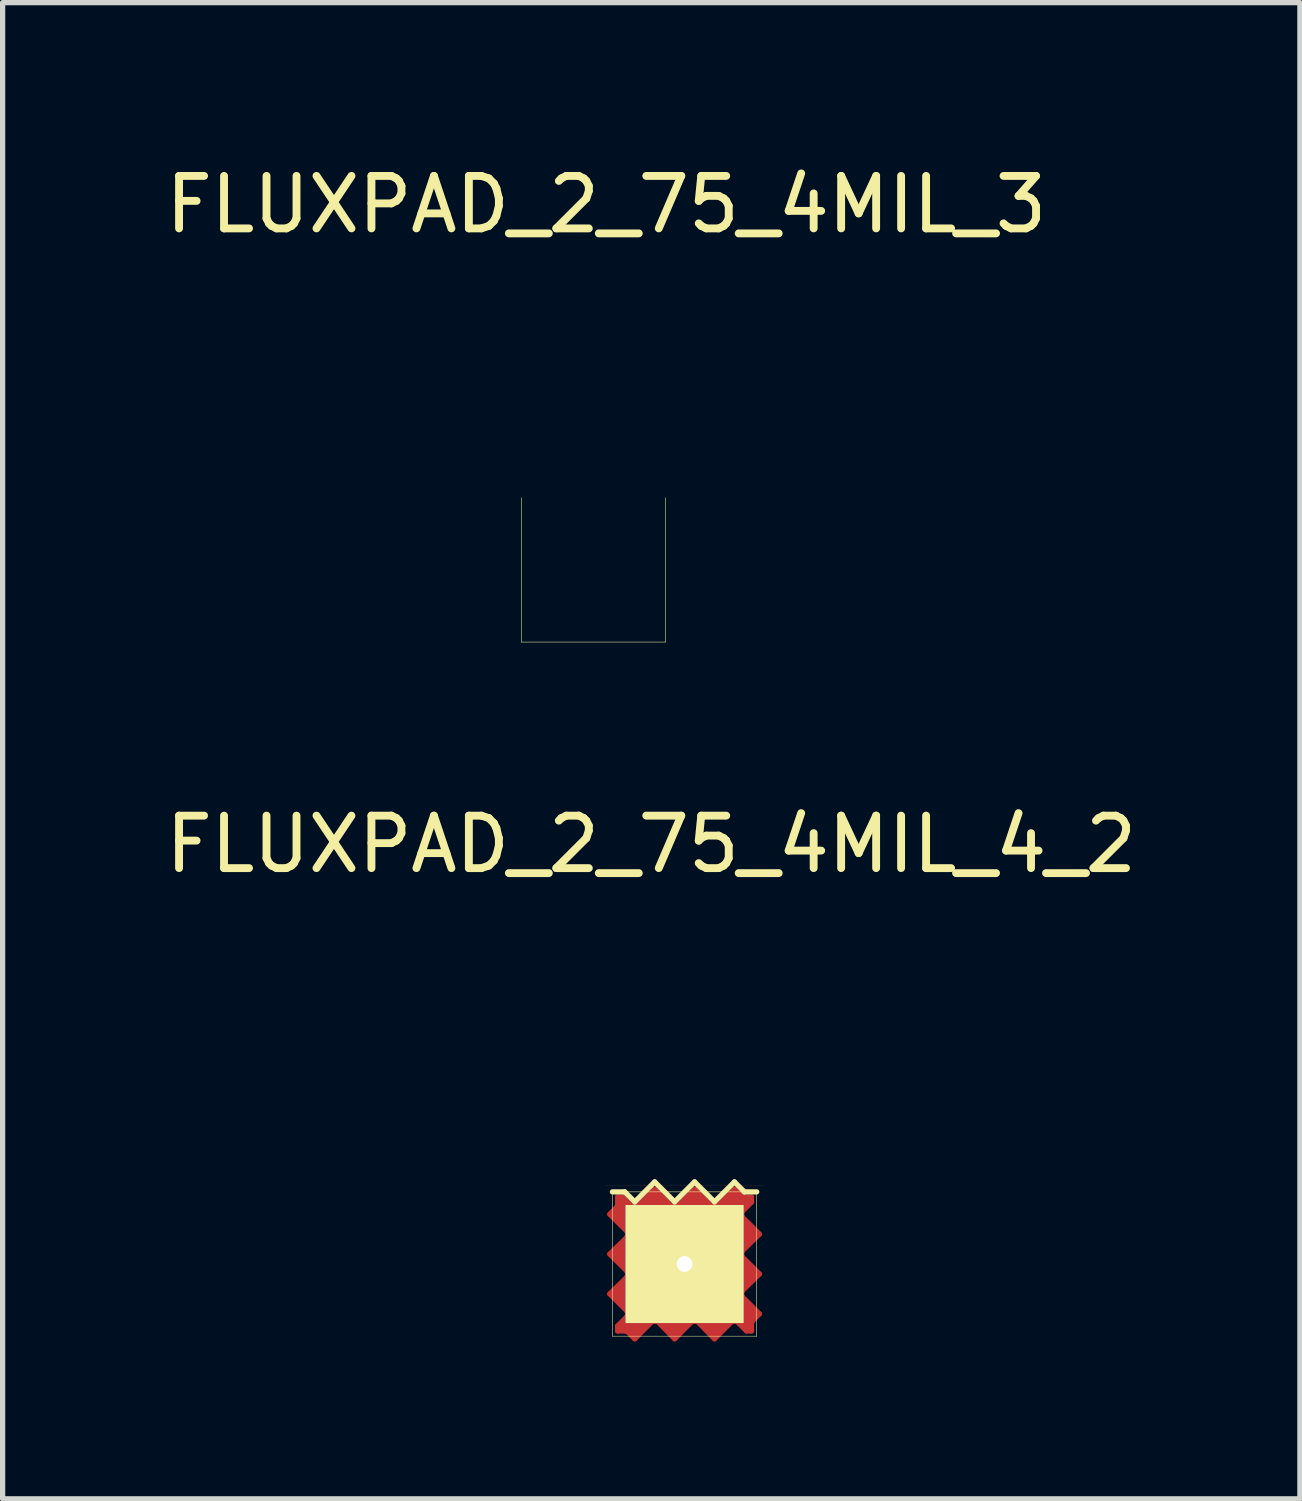
<source format=kicad_pcb>
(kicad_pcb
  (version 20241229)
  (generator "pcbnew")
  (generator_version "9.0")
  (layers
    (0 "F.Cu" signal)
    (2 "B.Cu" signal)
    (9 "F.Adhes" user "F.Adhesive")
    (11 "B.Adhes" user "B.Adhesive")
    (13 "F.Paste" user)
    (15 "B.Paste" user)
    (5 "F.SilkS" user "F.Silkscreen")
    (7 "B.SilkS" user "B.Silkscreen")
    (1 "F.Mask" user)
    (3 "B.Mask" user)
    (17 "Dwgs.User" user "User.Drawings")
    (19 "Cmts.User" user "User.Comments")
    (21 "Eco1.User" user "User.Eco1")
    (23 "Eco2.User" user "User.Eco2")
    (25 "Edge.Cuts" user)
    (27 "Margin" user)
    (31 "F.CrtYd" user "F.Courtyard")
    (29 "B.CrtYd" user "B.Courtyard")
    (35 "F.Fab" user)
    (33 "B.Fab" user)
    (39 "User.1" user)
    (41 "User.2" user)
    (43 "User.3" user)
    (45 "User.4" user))
  (footprint "FLUXPAD_2_75_4MIL_3"
    (layer "F.Cu")
    (at 8.262 7.813)
    (property "Reference" "FLUXPAD_2_75_4MIL_3" (at 0.244 -6.965 0) (layer "F.SilkS") (effects (font (size 1 1) (thickness 0.15))))
    (attr through_hole)
    (fp_line (start -1.375 -1.375) (end -1.375 1.375) (stroke (width 0.01) (type solid)) (layer "F.SilkS"))
    (fp_line (start 1.375 1.375) (end -1.375 1.375) (stroke (width 0.01) (type solid)) (layer "F.SilkS"))
    (fp_line (start 1.375 1.375) (end 1.375 -1.375) (stroke (width 0.01) (type solid)) (layer "F.SilkS"))
    (fp_line (start -1.5 -1.375) (end -1.5 -1.325) (stroke (width 0.013) (type solid)) (layer "F.Paste"))
    (fp_line (start -1.273 -1.273) (end -0.986 -1.273) (stroke (width 0.102) (type solid)) (layer "F.Paste"))
    (fp_line (start -1.273 -0.239) (end -1.273 -1.273) (stroke (width 0.102) (type solid)) (layer "F.Paste"))
    (fp_line (start -1.265 -0.229) (end -1.273 -0.239) (stroke (width 0.102) (type solid)) (layer "F.Paste"))
    (fp_line (start -1.25 -1.175) (end -1.5 -1.375) (stroke (width 0.013) (type solid)) (layer "F.Paste"))
    (fp_line (start -1 -1.375) (end -1.25 -1.175) (stroke (width 0.013) (type solid)) (layer "F.Paste"))
    (fp_line (start -0.986 -1.273) (end -0.95 -1.283) (stroke (width 0.102) (type solid)) (layer "F.Paste"))
    (fp_line (start -0.95 -1.283) (end -0.94 -1.293) (stroke (width 0.102) (type solid)) (layer "F.Paste"))
    (fp_line (start -0.94 -1.293) (end -0.749 -1.445) (stroke (width 0.102) (type solid)) (layer "F.Paste"))
    (fp_line (start -0.75 -1.575) (end -1 -1.375) (stroke (width 0.013) (type solid)) (layer "F.Paste"))
    (fp_line (start -0.749 -1.445) (end -0.29 -1.077) (stroke (width 0.102) (type solid)) (layer "F.Paste"))
    (fp_line (start -0.5 -1.375) (end -0.75 -1.575) (stroke (width 0.013) (type solid)) (layer "F.Paste"))
    (fp_line (start -0.29 -1.077) (end -0.257 -1.072) (stroke (width 0.102) (type solid)) (layer "F.Paste"))
    (fp_line (start -0.257 -1.072) (end -0.241 -1.072) (stroke (width 0.102) (type solid)) (layer "F.Paste"))
    (fp_line (start -0.25 -1.175) (end -0.5 -1.375) (stroke (width 0.013) (type solid)) (layer "F.Paste"))
    (fp_line (start -0.241 -1.072) (end -0.216 -1.079) (stroke (width 0.102) (type solid)) (layer "F.Paste"))
    (fp_line (start -0.216 -1.079) (end -0.191 -1.095) (stroke (width 0.102) (type solid)) (layer "F.Paste"))
    (fp_line (start -0.191 -1.095) (end 0.249 -1.445) (stroke (width 0.102) (type solid)) (layer "F.Paste"))
    (fp_line (start 0 -1.375) (end -0.25 -1.175) (stroke (width 0.013) (type solid)) (layer "F.Paste"))
    (fp_line (start 0 -1.375) (end 0.25 -1.575) (stroke (width 0.013) (type solid)) (layer "F.Paste"))
    (fp_line (start 0.249 -1.445) (end 0.724 -1.067) (stroke (width 0.102) (type solid)) (layer "F.Paste"))
    (fp_line (start 0.25 -1.575) (end 0.5 -1.375) (stroke (width 0.013) (type solid)) (layer "F.Paste"))
    (fp_line (start 0.5 -1.375) (end 0.75 -1.175) (stroke (width 0.013) (type solid)) (layer "F.Paste"))
    (fp_line (start 0.724 -1.067) (end 0.742 -1.072) (stroke (width 0.102) (type solid)) (layer "F.Paste"))
    (fp_line (start 0.742 -1.072) (end 0.772 -1.072) (stroke (width 0.102) (type solid)) (layer "F.Paste"))
    (fp_line (start 0.75 -1.175) (end 1 -1.375) (stroke (width 0.013) (type solid)) (layer "F.Paste"))
    (fp_line (start 0.772 -1.072) (end 0.785 -1.079) (stroke (width 0.102) (type solid)) (layer "F.Paste"))
    (fp_line (start 0.785 -1.079) (end 0.818 -1.097) (stroke (width 0.102) (type solid)) (layer "F.Paste"))
    (fp_line (start 0.818 -1.097) (end 0.826 -1.105) (stroke (width 0.102) (type solid)) (layer "F.Paste"))
    (fp_line (start 0.826 -1.105) (end 1.036 -1.273) (stroke (width 0.102) (type solid)) (layer "F.Paste"))
    (fp_line (start 1.036 -1.273) (end 1.275 -1.273) (stroke (width 0.102) (type solid)) (layer "F.Paste"))
    (fp_line (start 1.275 -1.273) (end 1.273 -0.64) (stroke (width 0.102) (type solid)) (layer "F.Paste"))
    (fp_line (start -1.375 -1.375) (end -1 -1.375) (stroke (width 0.102) (type solid)) (layer "B.Paste"))
    (fp_line (start -1.375 -0.225) (end -1.375 -1.375) (stroke (width 0.102) (type solid)) (layer "B.Paste"))
    (fp_line (start -1 -1.375) (end -0.75 -1.575) (stroke (width 0.102) (type solid)) (layer "B.Paste"))
    (fp_line (start -0.75 -1.575) (end -0.25 -1.175) (stroke (width 0.102) (type solid)) (layer "B.Paste"))
    (fp_line (start -0.25 -1.175) (end 0.25 -1.575) (stroke (width 0.102) (type solid)) (layer "B.Paste"))
    (fp_line (start 0.25 -1.575) (end 0.75 -1.175) (stroke (width 0.102) (type solid)) (layer "B.Paste"))
    (fp_line (start 0.75 -1.175) (end 1 -1.375) (stroke (width 0.102) (type solid)) (layer "B.Paste"))
    (fp_line (start 1 -1.375) (end 1.375 -1.375) (stroke (width 0.102) (type solid)) (layer "B.Paste"))
    (fp_line (start 1.375 -1.375) (end 1.375 -0.825) (stroke (width 0.102) (type solid)) (layer "B.Paste")))
  (footprint "FLUXPAD_2_75_4MIL_4_2"
    (layer "F.Cu")
    (at 9.998 21.042)
    (property "Reference" "FLUXPAD_2_75_4MIL_4_2" (at -0.635 -8.001 0) (layer "F.SilkS") (effects (font (size 1 1) (thickness 0.15))))
    (attr through_hole)
    (fp_line (start -1.425 -0.95) (end -1.29 -1.085) (stroke (width 0.1) (type solid)) (layer "F.Cu"))
    (fp_line (start -1.425 -0.19) (end -1.095 -0.515) (stroke (width 0.1) (type solid)) (layer "F.Cu"))
    (fp_line (start -1.425 0.57) (end -1.095 0.245) (stroke (width 0.1) (type solid)) (layer "F.Cu"))
    (fp_line (start -1.325 -0.95) (end -1.175 -1.175) (stroke (width 0.15) (type solid)) (layer "F.Cu"))
    (fp_line (start -1.3 -0.2) (end -1.15 -0.025) (stroke (width 0.15) (type solid)) (layer "F.Cu"))
    (fp_line (start -1.3 0.575) (end -1.125 0.4) (stroke (width 0.15) (type solid)) (layer "F.Cu"))
    (fp_line (start -1.29 -1.085) (end -1.28 -1.105) (stroke (width 0.1) (type solid)) (layer "F.Cu"))
    (fp_line (start -1.28 -1.105) (end -1.275 -1.125) (stroke (width 0.1) (type solid)) (layer "F.Cu"))
    (fp_line (start -1.275 -1.275) (end -1.18 -1.275) (stroke (width 0.1) (type solid)) (layer "F.Cu"))
    (fp_line (start -1.275 -1.125) (end -1.275 -1.275) (stroke (width 0.1) (type solid)) (layer "F.Cu"))
    (fp_line (start -1.275 1.18) (end -1.095 1) (stroke (width 0.1) (type solid)) (layer "F.Cu"))
    (fp_line (start -1.275 1.275) (end -1.275 1.18) (stroke (width 0.1) (type solid)) (layer "F.Cu"))
    (fp_line (start -1.18 -1.275) (end -1 -1.095) (stroke (width 0.1) (type solid)) (layer "F.Cu"))
    (fp_line (start -1.175 -1.175) (end -1.175 -0.8) (stroke (width 0.15) (type solid)) (layer "F.Cu"))
    (fp_line (start -1.175 1.175) (end -0.8 1.175) (stroke (width 0.15) (type solid)) (layer "F.Cu"))
    (fp_line (start -1.15 -0.775) (end -1.325 -0.95) (stroke (width 0.15) (type solid)) (layer "F.Cu"))
    (fp_line (start -1.15 -0.35) (end -1.3 -0.2) (stroke (width 0.15) (type solid)) (layer "F.Cu"))
    (fp_line (start -1.15 -0.025) (end -1.15 -0.35) (stroke (width 0.15) (type solid)) (layer "F.Cu"))
    (fp_line (start -1.125 0.4) (end -1.125 0.75) (stroke (width 0.15) (type solid)) (layer "F.Cu"))
    (fp_line (start -1.125 0.75) (end -1.3 0.575) (stroke (width 0.15) (type solid)) (layer "F.Cu"))
    (fp_line (start -1.125 1.275) (end -1.275 1.275) (stroke (width 0.1) (type solid)) (layer "F.Cu"))
    (fp_line (start -1.105 1.28) (end -1.125 1.275) (stroke (width 0.1) (type solid)) (layer "F.Cu"))
    (fp_line (start -1.095 -0.62) (end -1.425 -0.95) (stroke (width 0.1) (type solid)) (layer "F.Cu"))
    (fp_line (start -1.095 -0.515) (end -1.09 -0.535) (stroke (width 0.1) (type solid)) (layer "F.Cu"))
    (fp_line (start -1.095 0.14) (end -1.425 -0.19) (stroke (width 0.1) (type solid)) (layer "F.Cu"))
    (fp_line (start -1.095 0.245) (end -1.09 0.225) (stroke (width 0.1) (type solid)) (layer "F.Cu"))
    (fp_line (start -1.095 0.9) (end -1.425 0.57) (stroke (width 0.1) (type solid)) (layer "F.Cu"))
    (fp_line (start -1.095 1) (end -1.09 0.98) (stroke (width 0.1) (type solid)) (layer "F.Cu"))
    (fp_line (start -1.09 -0.6) (end -1.095 -0.62) (stroke (width 0.1) (type solid)) (layer "F.Cu"))
    (fp_line (start -1.09 -0.535) (end -1.085 -0.57) (stroke (width 0.1) (type solid)) (layer "F.Cu"))
    (fp_line (start -1.09 0.16) (end -1.095 0.14) (stroke (width 0.1) (type solid)) (layer "F.Cu"))
    (fp_line (start -1.09 0.225) (end -1.085 0.19) (stroke (width 0.1) (type solid)) (layer "F.Cu"))
    (fp_line (start -1.09 0.92) (end -1.095 0.9) (stroke (width 0.1) (type solid)) (layer "F.Cu"))
    (fp_line (start -1.09 0.98) (end -1.085 0.95) (stroke (width 0.1) (type solid)) (layer "F.Cu"))
    (fp_line (start -1.085 -0.57) (end -1.09 -0.6) (stroke (width 0.1) (type solid)) (layer "F.Cu"))
    (fp_line (start -1.085 0.19) (end -1.09 0.16) (stroke (width 0.1) (type solid)) (layer "F.Cu"))
    (fp_line (start -1.085 0.95) (end -1.09 0.92) (stroke (width 0.1) (type solid)) (layer "F.Cu"))
    (fp_line (start -1.085 1.29) (end -1.105 1.28) (stroke (width 0.1) (type solid)) (layer "F.Cu"))
    (fp_line (start -1 -1.095) (end -0.98 -1.09) (stroke (width 0.1) (type solid)) (layer "F.Cu"))
    (fp_line (start -0.98 -1.09) (end -0.95 -1.085) (stroke (width 0.1) (type solid)) (layer "F.Cu"))
    (fp_line (start -0.95 -1.085) (end -0.92 -1.09) (stroke (width 0.1) (type solid)) (layer "F.Cu"))
    (fp_line (start -0.95 1.325) (end -1.175 1.175) (stroke (width 0.15) (type solid)) (layer "F.Cu"))
    (fp_line (start -0.95 1.425) (end -1.085 1.29) (stroke (width 0.1) (type solid)) (layer "F.Cu"))
    (fp_line (start -0.92 -1.09) (end -0.9 -1.095) (stroke (width 0.1) (type solid)) (layer "F.Cu"))
    (fp_line (start -0.9 -1.095) (end -0.57 -1.425) (stroke (width 0.1) (type solid)) (layer "F.Cu"))
    (fp_line (start -0.775 1.15) (end -0.95 1.325) (stroke (width 0.15) (type solid)) (layer "F.Cu"))
    (fp_line (start -0.75 -1.125) (end -0.575 -1.3) (stroke (width 0.15) (type solid)) (layer "F.Cu"))
    (fp_line (start -0.62 1.095) (end -0.95 1.425) (stroke (width 0.1) (type solid)) (layer "F.Cu"))
    (fp_line (start -0.6 1.09) (end -0.62 1.095) (stroke (width 0.1) (type solid)) (layer "F.Cu"))
    (fp_line (start -0.575 -1.3) (end -0.4 -1.125) (stroke (width 0.15) (type solid)) (layer "F.Cu"))
    (fp_line (start -0.57 -1.425) (end -0.245 -1.095) (stroke (width 0.1) (type solid)) (layer "F.Cu"))
    (fp_line (start -0.57 1.085) (end -0.6 1.09) (stroke (width 0.1) (type solid)) (layer "F.Cu"))
    (fp_line (start -0.535 1.09) (end -0.57 1.085) (stroke (width 0.1) (type solid)) (layer "F.Cu"))
    (fp_line (start -0.515 1.095) (end -0.535 1.09) (stroke (width 0.1) (type solid)) (layer "F.Cu"))
    (fp_line (start -0.4 -1.125) (end -0.75 -1.125) (stroke (width 0.15) (type solid)) (layer "F.Cu"))
    (fp_line (start -0.35 1.15) (end -0.2 1.3) (stroke (width 0.15) (type solid)) (layer "F.Cu"))
    (fp_line (start -0.245 -1.095) (end -0.225 -1.09) (stroke (width 0.1) (type solid)) (layer "F.Cu"))
    (fp_line (start -0.225 -1.09) (end -0.19 -1.085) (stroke (width 0.1) (type solid)) (layer "F.Cu"))
    (fp_line (start -0.2 1.3) (end -0.025 1.15) (stroke (width 0.15) (type solid)) (layer "F.Cu"))
    (fp_line (start -0.19 -1.085) (end -0.16 -1.09) (stroke (width 0.1) (type solid)) (layer "F.Cu"))
    (fp_line (start -0.19 1.425) (end -0.515 1.095) (stroke (width 0.1) (type solid)) (layer "F.Cu"))
    (fp_line (start -0.16 -1.09) (end -0.14 -1.095) (stroke (width 0.1) (type solid)) (layer "F.Cu"))
    (fp_line (start -0.14 -1.095) (end 0.19 -1.425) (stroke (width 0.1) (type solid)) (layer "F.Cu"))
    (fp_line (start -0.025 1.15) (end -0.35 1.15) (stroke (width 0.15) (type solid)) (layer "F.Cu"))
    (fp_line (start 0.025 -1.15) (end 0.35 -1.15) (stroke (width 0.15) (type solid)) (layer "F.Cu"))
    (fp_line (start 0.14 1.095) (end -0.19 1.425) (stroke (width 0.1) (type solid)) (layer "F.Cu"))
    (fp_line (start 0.16 1.09) (end 0.14 1.095) (stroke (width 0.1) (type solid)) (layer "F.Cu"))
    (fp_line (start 0.19 -1.425) (end 0.515 -1.095) (stroke (width 0.1) (type solid)) (layer "F.Cu"))
    (fp_line (start 0.19 1.085) (end 0.16 1.09) (stroke (width 0.1) (type solid)) (layer "F.Cu"))
    (fp_line (start 0.2 -1.3) (end 0.025 -1.15) (stroke (width 0.15) (type solid)) (layer "F.Cu"))
    (fp_line (start 0.225 1.09) (end 0.19 1.085) (stroke (width 0.1) (type solid)) (layer "F.Cu"))
    (fp_line (start 0.245 1.095) (end 0.225 1.09) (stroke (width 0.1) (type solid)) (layer "F.Cu"))
    (fp_line (start 0.35 -1.15) (end 0.2 -1.3) (stroke (width 0.15) (type solid)) (layer "F.Cu"))
    (fp_line (start 0.4 1.125) (end 0.75 1.125) (stroke (width 0.15) (type solid)) (layer "F.Cu"))
    (fp_line (start 0.515 -1.095) (end 0.535 -1.09) (stroke (width 0.1) (type solid)) (layer "F.Cu"))
    (fp_line (start 0.535 -1.09) (end 0.57 -1.085) (stroke (width 0.1) (type solid)) (layer "F.Cu"))
    (fp_line (start 0.57 -1.085) (end 0.6 -1.09) (stroke (width 0.1) (type solid)) (layer "F.Cu"))
    (fp_line (start 0.57 1.425) (end 0.245 1.095) (stroke (width 0.1) (type solid)) (layer "F.Cu"))
    (fp_line (start 0.575 1.3) (end 0.4 1.125) (stroke (width 0.15) (type solid)) (layer "F.Cu"))
    (fp_line (start 0.6 -1.09) (end 0.62 -1.095) (stroke (width 0.1) (type solid)) (layer "F.Cu"))
    (fp_line (start 0.62 -1.095) (end 0.95 -1.425) (stroke (width 0.1) (type solid)) (layer "F.Cu"))
    (fp_line (start 0.75 1.125) (end 0.575 1.3) (stroke (width 0.15) (type solid)) (layer "F.Cu"))
    (fp_line (start 0.775 -1.15) (end 0.95 -1.325) (stroke (width 0.15) (type solid)) (layer "F.Cu"))
    (fp_line (start 0.9 1.095) (end 0.57 1.425) (stroke (width 0.1) (type solid)) (layer "F.Cu"))
    (fp_line (start 0.92 1.09) (end 0.9 1.095) (stroke (width 0.1) (type solid)) (layer "F.Cu"))
    (fp_line (start 0.95 -1.425) (end 1.085 -1.29) (stroke (width 0.1) (type solid)) (layer "F.Cu"))
    (fp_line (start 0.95 -1.325) (end 1.175 -1.175) (stroke (width 0.15) (type solid)) (layer "F.Cu"))
    (fp_line (start 0.95 1.085) (end 0.92 1.09) (stroke (width 0.1) (type solid)) (layer "F.Cu"))
    (fp_line (start 0.98 1.09) (end 0.95 1.085) (stroke (width 0.1) (type solid)) (layer "F.Cu"))
    (fp_line (start 1 1.095) (end 0.98 1.09) (stroke (width 0.1) (type solid)) (layer "F.Cu"))
    (fp_line (start 1.085 -1.29) (end 1.105 -1.28) (stroke (width 0.1) (type solid)) (layer "F.Cu"))
    (fp_line (start 1.085 -0.95) (end 1.09 -0.92) (stroke (width 0.1) (type solid)) (layer "F.Cu"))
    (fp_line (start 1.085 -0.19) (end 1.09 -0.16) (stroke (width 0.1) (type solid)) (layer "F.Cu"))
    (fp_line (start 1.085 0.57) (end 1.09 0.6) (stroke (width 0.1) (type solid)) (layer "F.Cu"))
    (fp_line (start 1.09 -0.98) (end 1.085 -0.95) (stroke (width 0.1) (type solid)) (layer "F.Cu"))
    (fp_line (start 1.09 -0.92) (end 1.095 -0.9) (stroke (width 0.1) (type solid)) (layer "F.Cu"))
    (fp_line (start 1.09 -0.225) (end 1.085 -0.19) (stroke (width 0.1) (type solid)) (layer "F.Cu"))
    (fp_line (start 1.09 -0.16) (end 1.095 -0.14) (stroke (width 0.1) (type solid)) (layer "F.Cu"))
    (fp_line (start 1.09 0.535) (end 1.085 0.57) (stroke (width 0.1) (type solid)) (layer "F.Cu"))
    (fp_line (start 1.09 0.6) (end 1.095 0.62) (stroke (width 0.1) (type solid)) (layer "F.Cu"))
    (fp_line (start 1.095 -1) (end 1.09 -0.98) (stroke (width 0.1) (type solid)) (layer "F.Cu"))
    (fp_line (start 1.095 -0.9) (end 1.425 -0.57) (stroke (width 0.1) (type solid)) (layer "F.Cu"))
    (fp_line (start 1.095 -0.245) (end 1.09 -0.225) (stroke (width 0.1) (type solid)) (layer "F.Cu"))
    (fp_line (start 1.095 -0.14) (end 1.425 0.19) (stroke (width 0.1) (type solid)) (layer "F.Cu"))
    (fp_line (start 1.095 0.515) (end 1.09 0.535) (stroke (width 0.1) (type solid)) (layer "F.Cu"))
    (fp_line (start 1.095 0.62) (end 1.425 0.95) (stroke (width 0.1) (type solid)) (layer "F.Cu"))
    (fp_line (start 1.105 -1.28) (end 1.125 -1.275) (stroke (width 0.1) (type solid)) (layer "F.Cu"))
    (fp_line (start 1.125 -1.275) (end 1.275 -1.275) (stroke (width 0.1) (type solid)) (layer "F.Cu"))
    (fp_line (start 1.125 -0.75) (end 1.3 -0.575) (stroke (width 0.15) (type solid)) (layer "F.Cu"))
    (fp_line (start 1.125 -0.4) (end 1.125 -0.75) (stroke (width 0.15) (type solid)) (layer "F.Cu"))
    (fp_line (start 1.15 0.025) (end 1.15 0.35) (stroke (width 0.15) (type solid)) (layer "F.Cu"))
    (fp_line (start 1.15 0.35) (end 1.3 0.2) (stroke (width 0.15) (type solid)) (layer "F.Cu"))
    (fp_line (start 1.15 0.775) (end 1.325 0.95) (stroke (width 0.15) (type solid)) (layer "F.Cu"))
    (fp_line (start 1.175 -1.175) (end 0.8 -1.175) (stroke (width 0.15) (type solid)) (layer "F.Cu"))
    (fp_line (start 1.175 1.175) (end 1.175 0.8) (stroke (width 0.15) (type solid)) (layer "F.Cu"))
    (fp_line (start 1.18 1.275) (end 1 1.095) (stroke (width 0.1) (type solid)) (layer "F.Cu"))
    (fp_line (start 1.275 -1.275) (end 1.275 -1.18) (stroke (width 0.1) (type solid)) (layer "F.Cu"))
    (fp_line (start 1.275 -1.18) (end 1.095 -1) (stroke (width 0.1) (type solid)) (layer "F.Cu"))
    (fp_line (start 1.275 1.125) (end 1.275 1.275) (stroke (width 0.1) (type solid)) (layer "F.Cu"))
    (fp_line (start 1.275 1.275) (end 1.18 1.275) (stroke (width 0.1) (type solid)) (layer "F.Cu"))
    (fp_line (start 1.28 1.105) (end 1.275 1.125) (stroke (width 0.1) (type solid)) (layer "F.Cu"))
    (fp_line (start 1.29 1.085) (end 1.28 1.105) (stroke (width 0.1) (type solid)) (layer "F.Cu"))
    (fp_line (start 1.3 -0.575) (end 1.125 -0.4) (stroke (width 0.15) (type solid)) (layer "F.Cu"))
    (fp_line (start 1.3 0.2) (end 1.15 0.025) (stroke (width 0.15) (type solid)) (layer "F.Cu"))
    (fp_line (start 1.325 0.95) (end 1.175 1.175) (stroke (width 0.15) (type solid)) (layer "F.Cu"))
    (fp_line (start 1.425 -0.57) (end 1.095 -0.245) (stroke (width 0.1) (type solid)) (layer "F.Cu"))
    (fp_line (start 1.425 0.19) (end 1.095 0.515) (stroke (width 0.1) (type solid)) (layer "F.Cu"))
    (fp_line (start 1.425 0.95) (end 1.29 1.085) (stroke (width 0.1) (type solid)) (layer "F.Cu"))
    (fp_line (start -1.375 -1.375) (end -1.375 1.375) (stroke (width 0.01) (type solid)) (layer "F.SilkS"))
    (fp_line (start -1.375 -1.375) (end -1.14 -1.375) (stroke (width 0.1) (type solid)) (layer "F.SilkS"))
    (fp_line (start -1.375 1.375) (end 1.375 1.375) (stroke (width 0.01) (type solid)) (layer "F.SilkS"))
    (fp_line (start -1.14 -1.375) (end -0.95 -1.185) (stroke (width 0.1) (type solid)) (layer "F.SilkS"))
    (fp_line (start -0.95 -1.185) (end -1.14 -1.375) (stroke (width 0.001) (type solid)) (layer "F.SilkS"))
    (fp_line (start -0.95 -1.185) (end -0.57 -1.565) (stroke (width 0.1) (type solid)) (layer "F.SilkS"))
    (fp_line (start -0.57 -1.565) (end -0.95 -1.185) (stroke (width 0.001) (type solid)) (layer "F.SilkS"))
    (fp_line (start -0.57 -1.565) (end -0.19 -1.185) (stroke (width 0.1) (type solid)) (layer "F.SilkS"))
    (fp_line (start -0.19 -1.185) (end -0.57 -1.565) (stroke (width 0.001) (type solid)) (layer "F.SilkS"))
    (fp_line (start -0.19 -1.185) (end 0.19 -1.565) (stroke (width 0.1) (type solid)) (layer "F.SilkS"))
    (fp_line (start 0 -1.375) (end -0.19 -1.185) (stroke (width 0.001) (type solid)) (layer "F.SilkS"))
    (fp_line (start 0 -1.375) (end 0.19 -1.565) (stroke (width 0.001) (type solid)) (layer "F.SilkS"))
    (fp_line (start 0.19 -1.565) (end 0.57 -1.185) (stroke (width 0.001) (type solid)) (layer "F.SilkS"))
    (fp_line (start 0.19 -1.565) (end 0.57 -1.185) (stroke (width 0.1) (type solid)) (layer "F.SilkS"))
    (fp_line (start 0.57 -1.185) (end 0.95 -1.565) (stroke (width 0.001) (type solid)) (layer "F.SilkS"))
    (fp_line (start 0.57 -1.185) (end 0.95 -1.565) (stroke (width 0.1) (type solid)) (layer "F.SilkS"))
    (fp_line (start 0.95 -1.565) (end 1.14 -1.375) (stroke (width 0.1) (type solid)) (layer "F.SilkS"))
    (fp_line (start 0.95 -1.565) (end 1.33 -1.185) (stroke (width 0.001) (type solid)) (layer "F.SilkS"))
    (fp_line (start 1.14 -1.375) (end 1.375 -1.375) (stroke (width 0.1) (type solid)) (layer "F.SilkS"))
    (fp_line (start 1.375 -1.375) (end -1.375 -1.375) (stroke (width 0.01) (type solid)) (layer "F.SilkS"))
    (fp_line (start 1.375 1.375) (end 1.375 -1.375) (stroke (width 0.01) (type solid)) (layer "F.SilkS"))
    (fp_line (start -1.5 -1.5) (end 1.5 -1.5) (stroke (width 0.001) (type solid)) (layer "B.SilkS"))
    (pad "1" thru_hole rect (at 0 0) (size 2.25 2.25) (drill 0.3) (layers "*.Mask" "F.Cu" "F.SilkS")))
  (gr_rect
    (start -3 -3)
    (end 21.726 25.517)
    (stroke (width 0.1) (type default))
    (fill no)
    (layer "Edge.Cuts")))
</source>
